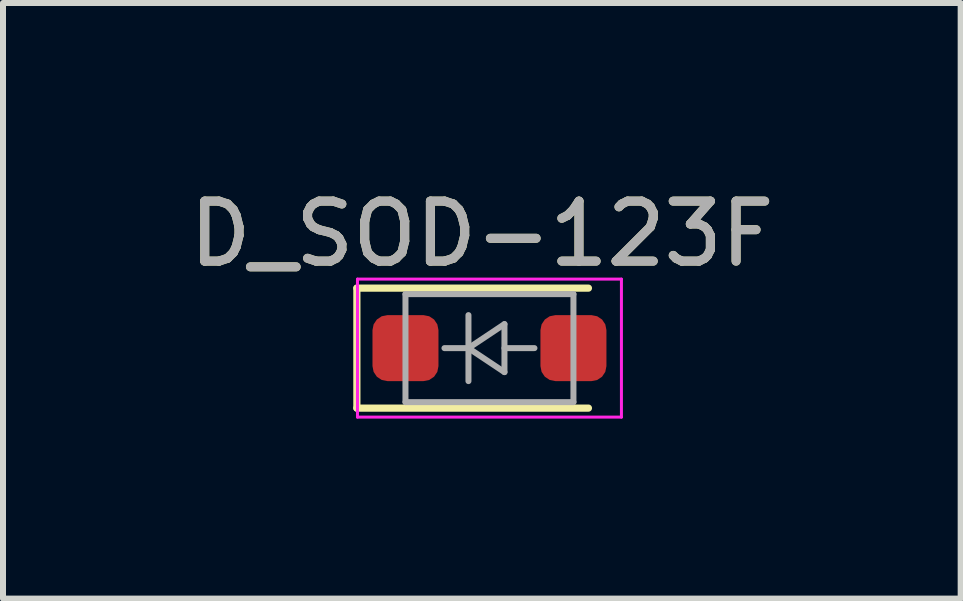
<source format=kicad_pcb>
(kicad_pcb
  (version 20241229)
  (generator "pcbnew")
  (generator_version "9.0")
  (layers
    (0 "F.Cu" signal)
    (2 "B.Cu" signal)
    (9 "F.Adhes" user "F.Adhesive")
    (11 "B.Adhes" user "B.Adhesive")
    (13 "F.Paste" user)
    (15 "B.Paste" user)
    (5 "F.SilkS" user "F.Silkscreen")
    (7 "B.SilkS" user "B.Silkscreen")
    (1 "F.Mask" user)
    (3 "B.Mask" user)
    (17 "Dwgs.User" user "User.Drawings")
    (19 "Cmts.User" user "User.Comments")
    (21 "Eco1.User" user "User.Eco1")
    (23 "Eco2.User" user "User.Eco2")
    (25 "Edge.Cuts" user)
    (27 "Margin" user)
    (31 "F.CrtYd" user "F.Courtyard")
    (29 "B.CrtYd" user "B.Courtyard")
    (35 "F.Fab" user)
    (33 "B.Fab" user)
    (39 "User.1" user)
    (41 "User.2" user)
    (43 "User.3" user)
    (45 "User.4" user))
  (footprint "D_SOD-123F"
    (layer "F.Cu")
    (at 5.109 2.753)
    (property "Reference" "D_SOD-123F" (at -0.127 -1.905 0) (layer "F.SilkS") (effects (font (size 1 1) (thickness 0.15))))
    (attr smd)
    (fp_line (start -2.21 -1) (end -2.21 1) (stroke (width 0.12) (type solid)) (layer "F.SilkS"))
    (fp_line (start -2.21 -1) (end 1.65 -1) (stroke (width 0.12) (type solid)) (layer "F.SilkS"))
    (fp_line (start -2.21 1) (end 1.65 1) (stroke (width 0.12) (type solid)) (layer "F.SilkS"))
    (fp_line (start -2.2 -1.15) (end -2.2 1.15) (stroke (width 0.05) (type solid)) (layer "F.CrtYd"))
    (fp_line (start -2.2 -1.15) (end 2.2 -1.15) (stroke (width 0.05) (type solid)) (layer "F.CrtYd"))
    (fp_line (start 2.2 -1.15) (end 2.2 1.15) (stroke (width 0.05) (type solid)) (layer "F.CrtYd"))
    (fp_line (start 2.2 1.15) (end -2.2 1.15) (stroke (width 0.05) (type solid)) (layer "F.CrtYd"))
    (fp_line (start -1.4 -0.9) (end 1.4 -0.9) (stroke (width 0.1) (type solid)) (layer "F.Fab"))
    (fp_line (start -1.4 0.9) (end -1.4 -0.9) (stroke (width 0.1) (type solid)) (layer "F.Fab"))
    (fp_line (start -0.75 0) (end -0.35 0) (stroke (width 0.1) (type solid)) (layer "F.Fab"))
    (fp_line (start -0.35 0) (end -0.35 -0.55) (stroke (width 0.1) (type solid)) (layer "F.Fab"))
    (fp_line (start -0.35 0) (end -0.35 0.55) (stroke (width 0.1) (type solid)) (layer "F.Fab"))
    (fp_line (start -0.35 0) (end 0.25 -0.4) (stroke (width 0.1) (type solid)) (layer "F.Fab"))
    (fp_line (start 0.25 -0.4) (end 0.25 0.4) (stroke (width 0.1) (type solid)) (layer "F.Fab"))
    (fp_line (start 0.25 0) (end 0.75 0) (stroke (width 0.1) (type solid)) (layer "F.Fab"))
    (fp_line (start 0.25 0.4) (end -0.35 0) (stroke (width 0.1) (type solid)) (layer "F.Fab"))
    (fp_line (start 1.4 -0.9) (end 1.4 0.9) (stroke (width 0.1) (type solid)) (layer "F.Fab"))
    (fp_line (start 1.4 0.9) (end -1.4 0.9) (stroke (width 0.1) (type solid)) (layer "F.Fab"))
    (fp_text user "${REFERENCE}" (at -0.127 -1.905 0) (layer "F.Fab") (effects (font (size 1 1) (thickness 0.15))))
    (pad "1" smd roundrect (at -1.4 0) (size 1.1 1.1) (layers "F.Cu" "F.Mask" "F.Paste") (roundrect_rratio 0.227))
    (pad "2" smd roundrect (at 1.4 0) (size 1.1 1.1) (layers "F.Cu" "F.Mask" "F.Paste") (roundrect_rratio 0.227)))
  (gr_rect
    (start -3 -3)
    (end 12.964 6.928)
    (stroke (width 0.1) (type default))
    (fill no)
    (layer "Edge.Cuts")))
</source>
